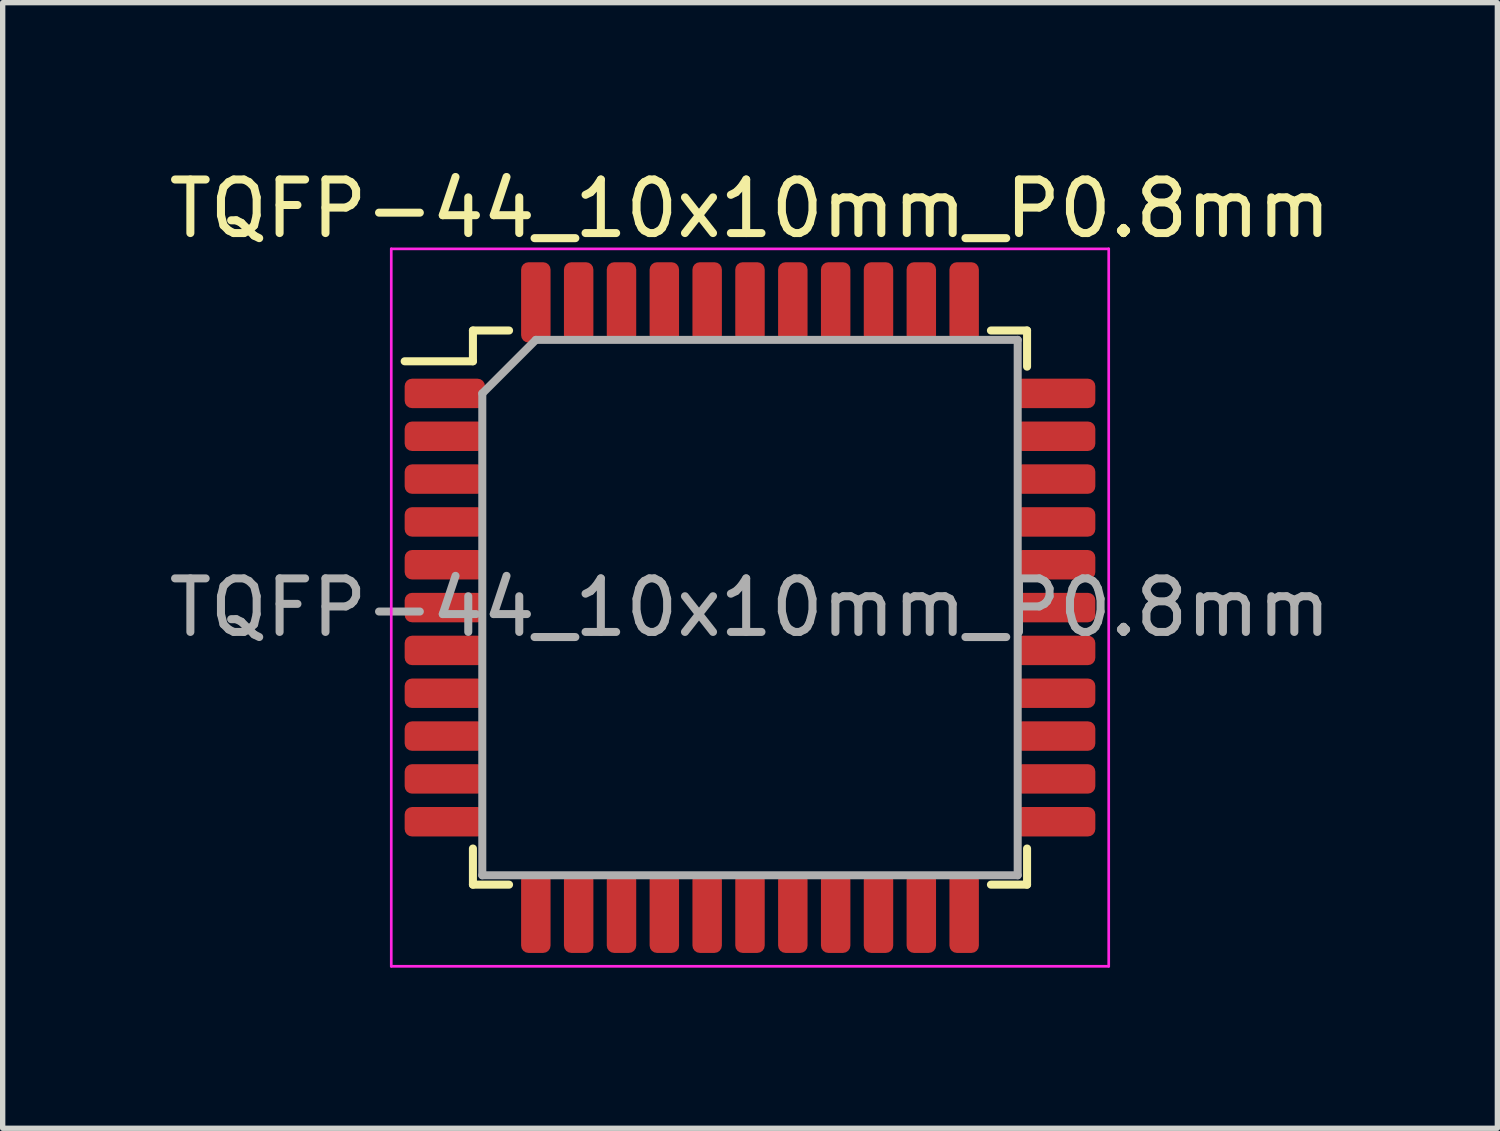
<source format=kicad_pcb>
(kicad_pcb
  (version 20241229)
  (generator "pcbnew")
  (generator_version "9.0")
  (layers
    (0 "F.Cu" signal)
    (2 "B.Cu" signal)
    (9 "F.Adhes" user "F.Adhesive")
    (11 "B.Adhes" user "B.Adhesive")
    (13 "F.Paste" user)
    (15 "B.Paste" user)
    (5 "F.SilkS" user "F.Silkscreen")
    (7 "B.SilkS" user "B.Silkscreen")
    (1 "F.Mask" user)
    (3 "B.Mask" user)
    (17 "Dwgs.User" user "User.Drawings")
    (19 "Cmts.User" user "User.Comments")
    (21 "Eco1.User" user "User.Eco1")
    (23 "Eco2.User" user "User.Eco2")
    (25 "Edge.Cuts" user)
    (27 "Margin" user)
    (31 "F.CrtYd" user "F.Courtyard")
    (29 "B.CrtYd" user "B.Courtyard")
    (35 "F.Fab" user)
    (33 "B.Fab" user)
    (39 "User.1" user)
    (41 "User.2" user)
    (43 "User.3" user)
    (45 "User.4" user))
  (footprint "TQFP-44_10x10mm_P0.8mm"
    (layer "F.Cu")
    (at 10.958 8.298)
    (property "Reference" "TQFP-44_10x10mm_P0.8mm" (at 0 -7.45 0) (layer "F.SilkS") (effects (font (size 1 1) (thickness 0.15))))
    (attr smd)
    (fp_line (start -5.175 -5.175) (end -5.175 -4.6) (stroke (width 0.15) (type solid)) (layer "F.SilkS"))
    (fp_line (start -5.175 -5.175) (end -4.5 -5.175) (stroke (width 0.15) (type solid)) (layer "F.SilkS"))
    (fp_line (start -5.175 -4.6) (end -6.45 -4.6) (stroke (width 0.15) (type solid)) (layer "F.SilkS"))
    (fp_line (start -5.175 5.175) (end -5.175 4.5) (stroke (width 0.15) (type solid)) (layer "F.SilkS"))
    (fp_line (start -5.175 5.175) (end -4.5 5.175) (stroke (width 0.15) (type solid)) (layer "F.SilkS"))
    (fp_line (start 5.175 -5.175) (end 4.5 -5.175) (stroke (width 0.15) (type solid)) (layer "F.SilkS"))
    (fp_line (start 5.175 -5.175) (end 5.175 -4.5) (stroke (width 0.15) (type solid)) (layer "F.SilkS"))
    (fp_line (start 5.175 5.175) (end 4.5 5.175) (stroke (width 0.15) (type solid)) (layer "F.SilkS"))
    (fp_line (start 5.175 5.175) (end 5.175 4.5) (stroke (width 0.15) (type solid)) (layer "F.SilkS"))
    (fp_line (start -6.7 -6.7) (end -6.7 6.7) (stroke (width 0.05) (type solid)) (layer "F.CrtYd"))
    (fp_line (start -6.7 -6.7) (end 6.7 -6.7) (stroke (width 0.05) (type solid)) (layer "F.CrtYd"))
    (fp_line (start -6.7 6.7) (end 6.7 6.7) (stroke (width 0.05) (type solid)) (layer "F.CrtYd"))
    (fp_line (start 6.7 -6.7) (end 6.7 6.7) (stroke (width 0.05) (type solid)) (layer "F.CrtYd"))
    (fp_line (start -5 -4) (end -4 -5) (stroke (width 0.15) (type solid)) (layer "F.Fab"))
    (fp_line (start -5 5) (end -5 -4) (stroke (width 0.15) (type solid)) (layer "F.Fab"))
    (fp_line (start -4 -5) (end 5 -5) (stroke (width 0.15) (type solid)) (layer "F.Fab"))
    (fp_line (start 5 -5) (end 5 5) (stroke (width 0.15) (type solid)) (layer "F.Fab"))
    (fp_line (start 5 5) (end -5 5) (stroke (width 0.15) (type solid)) (layer "F.Fab"))
    (fp_text user "${REFERENCE}" (at 0 0 0) (layer "F.Fab") (effects (font (size 1 1) (thickness 0.15))))
    (pad "1" smd roundrect (at -5.7 -4) (size 1.5 0.55) (layers "F.Cu" "F.Mask" "F.Paste") (roundrect_rratio 0.25))
    (pad "2" smd roundrect (at -5.7 -3.2) (size 1.5 0.55) (layers "F.Cu" "F.Mask" "F.Paste") (roundrect_rratio 0.25))
    (pad "3" smd roundrect (at -5.7 -2.4) (size 1.5 0.55) (layers "F.Cu" "F.Mask" "F.Paste") (roundrect_rratio 0.25))
    (pad "4" smd roundrect (at -5.7 -1.6) (size 1.5 0.55) (layers "F.Cu" "F.Mask" "F.Paste") (roundrect_rratio 0.25))
    (pad "5" smd roundrect (at -5.7 -0.8) (size 1.5 0.55) (layers "F.Cu" "F.Mask" "F.Paste") (roundrect_rratio 0.25))
    (pad "6" smd roundrect (at -5.7 0) (size 1.5 0.55) (layers "F.Cu" "F.Mask" "F.Paste") (roundrect_rratio 0.25))
    (pad "7" smd roundrect (at -5.7 0.8) (size 1.5 0.55) (layers "F.Cu" "F.Mask" "F.Paste") (roundrect_rratio 0.25))
    (pad "8" smd roundrect (at -5.7 1.6) (size 1.5 0.55) (layers "F.Cu" "F.Mask" "F.Paste") (roundrect_rratio 0.25))
    (pad "9" smd roundrect (at -5.7 2.4) (size 1.5 0.55) (layers "F.Cu" "F.Mask" "F.Paste") (roundrect_rratio 0.25))
    (pad "10" smd roundrect (at -5.7 3.2) (size 1.5 0.55) (layers "F.Cu" "F.Mask" "F.Paste") (roundrect_rratio 0.25))
    (pad "11" smd roundrect (at -5.7 4) (size 1.5 0.55) (layers "F.Cu" "F.Mask" "F.Paste") (roundrect_rratio 0.25))
    (pad "12" smd roundrect (at -4 5.7 90) (size 1.5 0.55) (layers "F.Cu" "F.Mask" "F.Paste") (roundrect_rratio 0.25))
    (pad "13" smd roundrect (at -3.2 5.7 90) (size 1.5 0.55) (layers "F.Cu" "F.Mask" "F.Paste") (roundrect_rratio 0.25))
    (pad "14" smd roundrect (at -2.4 5.7 90) (size 1.5 0.55) (layers "F.Cu" "F.Mask" "F.Paste") (roundrect_rratio 0.25))
    (pad "15" smd roundrect (at -1.6 5.7 90) (size 1.5 0.55) (layers "F.Cu" "F.Mask" "F.Paste") (roundrect_rratio 0.25))
    (pad "16" smd roundrect (at -0.8 5.7 90) (size 1.5 0.55) (layers "F.Cu" "F.Mask" "F.Paste") (roundrect_rratio 0.25))
    (pad "17" smd roundrect (at 0 5.7 90) (size 1.5 0.55) (layers "F.Cu" "F.Mask" "F.Paste") (roundrect_rratio 0.25))
    (pad "18" smd roundrect (at 0.8 5.7 90) (size 1.5 0.55) (layers "F.Cu" "F.Mask" "F.Paste") (roundrect_rratio 0.25))
    (pad "19" smd roundrect (at 1.6 5.7 90) (size 1.5 0.55) (layers "F.Cu" "F.Mask" "F.Paste") (roundrect_rratio 0.25))
    (pad "20" smd roundrect (at 2.4 5.7 90) (size 1.5 0.55) (layers "F.Cu" "F.Mask" "F.Paste") (roundrect_rratio 0.25))
    (pad "21" smd roundrect (at 3.2 5.7 90) (size 1.5 0.55) (layers "F.Cu" "F.Mask" "F.Paste") (roundrect_rratio 0.25))
    (pad "22" smd roundrect (at 4 5.7 90) (size 1.5 0.55) (layers "F.Cu" "F.Mask" "F.Paste") (roundrect_rratio 0.25))
    (pad "23" smd roundrect (at 5.7 4) (size 1.5 0.55) (layers "F.Cu" "F.Mask" "F.Paste") (roundrect_rratio 0.25))
    (pad "24" smd roundrect (at 5.7 3.2) (size 1.5 0.55) (layers "F.Cu" "F.Mask" "F.Paste") (roundrect_rratio 0.25))
    (pad "25" smd roundrect (at 5.7 2.4) (size 1.5 0.55) (layers "F.Cu" "F.Mask" "F.Paste") (roundrect_rratio 0.25))
    (pad "26" smd roundrect (at 5.7 1.6) (size 1.5 0.55) (layers "F.Cu" "F.Mask" "F.Paste") (roundrect_rratio 0.25))
    (pad "27" smd roundrect (at 5.7 0.8) (size 1.5 0.55) (layers "F.Cu" "F.Mask" "F.Paste") (roundrect_rratio 0.25))
    (pad "28" smd roundrect (at 5.7 0) (size 1.5 0.55) (layers "F.Cu" "F.Mask" "F.Paste") (roundrect_rratio 0.25))
    (pad "29" smd roundrect (at 5.7 -0.8) (size 1.5 0.55) (layers "F.Cu" "F.Mask" "F.Paste") (roundrect_rratio 0.25))
    (pad "30" smd roundrect (at 5.7 -1.6) (size 1.5 0.55) (layers "F.Cu" "F.Mask" "F.Paste") (roundrect_rratio 0.25))
    (pad "31" smd roundrect (at 5.7 -2.4) (size 1.5 0.55) (layers "F.Cu" "F.Mask" "F.Paste") (roundrect_rratio 0.25))
    (pad "32" smd roundrect (at 5.7 -3.2) (size 1.5 0.55) (layers "F.Cu" "F.Mask" "F.Paste") (roundrect_rratio 0.25))
    (pad "33" smd roundrect (at 5.7 -4) (size 1.5 0.55) (layers "F.Cu" "F.Mask" "F.Paste") (roundrect_rratio 0.25))
    (pad "34" smd roundrect (at 4 -5.7 90) (size 1.5 0.55) (layers "F.Cu" "F.Mask" "F.Paste") (roundrect_rratio 0.25))
    (pad "35" smd roundrect (at 3.2 -5.7 90) (size 1.5 0.55) (layers "F.Cu" "F.Mask" "F.Paste") (roundrect_rratio 0.25))
    (pad "36" smd roundrect (at 2.4 -5.7 90) (size 1.5 0.55) (layers "F.Cu" "F.Mask" "F.Paste") (roundrect_rratio 0.25))
    (pad "37" smd roundrect (at 1.6 -5.7 90) (size 1.5 0.55) (layers "F.Cu" "F.Mask" "F.Paste") (roundrect_rratio 0.25))
    (pad "38" smd roundrect (at 0.8 -5.7 90) (size 1.5 0.55) (layers "F.Cu" "F.Mask" "F.Paste") (roundrect_rratio 0.25))
    (pad "39" smd roundrect (at 0 -5.7 90) (size 1.5 0.55) (layers "F.Cu" "F.Mask" "F.Paste") (roundrect_rratio 0.25))
    (pad "40" smd roundrect (at -0.8 -5.7 90) (size 1.5 0.55) (layers "F.Cu" "F.Mask" "F.Paste") (roundrect_rratio 0.25))
    (pad "41" smd roundrect (at -1.6 -5.7 90) (size 1.5 0.55) (layers "F.Cu" "F.Mask" "F.Paste") (roundrect_rratio 0.25))
    (pad "42" smd roundrect (at -2.4 -5.7 90) (size 1.5 0.55) (layers "F.Cu" "F.Mask" "F.Paste") (roundrect_rratio 0.25))
    (pad "43" smd roundrect (at -3.2 -5.7 90) (size 1.5 0.55) (layers "F.Cu" "F.Mask" "F.Paste") (roundrect_rratio 0.25))
    (pad "44" smd roundrect (at -4 -5.7 90) (size 1.5 0.55) (layers "F.Cu" "F.Mask" "F.Paste") (roundrect_rratio 0.25)))
  (gr_rect
    (start -3 -3)
    (end 24.917 18.023)
    (stroke (width 0.1) (type default))
    (fill no)
    (layer "Edge.Cuts")))
</source>
